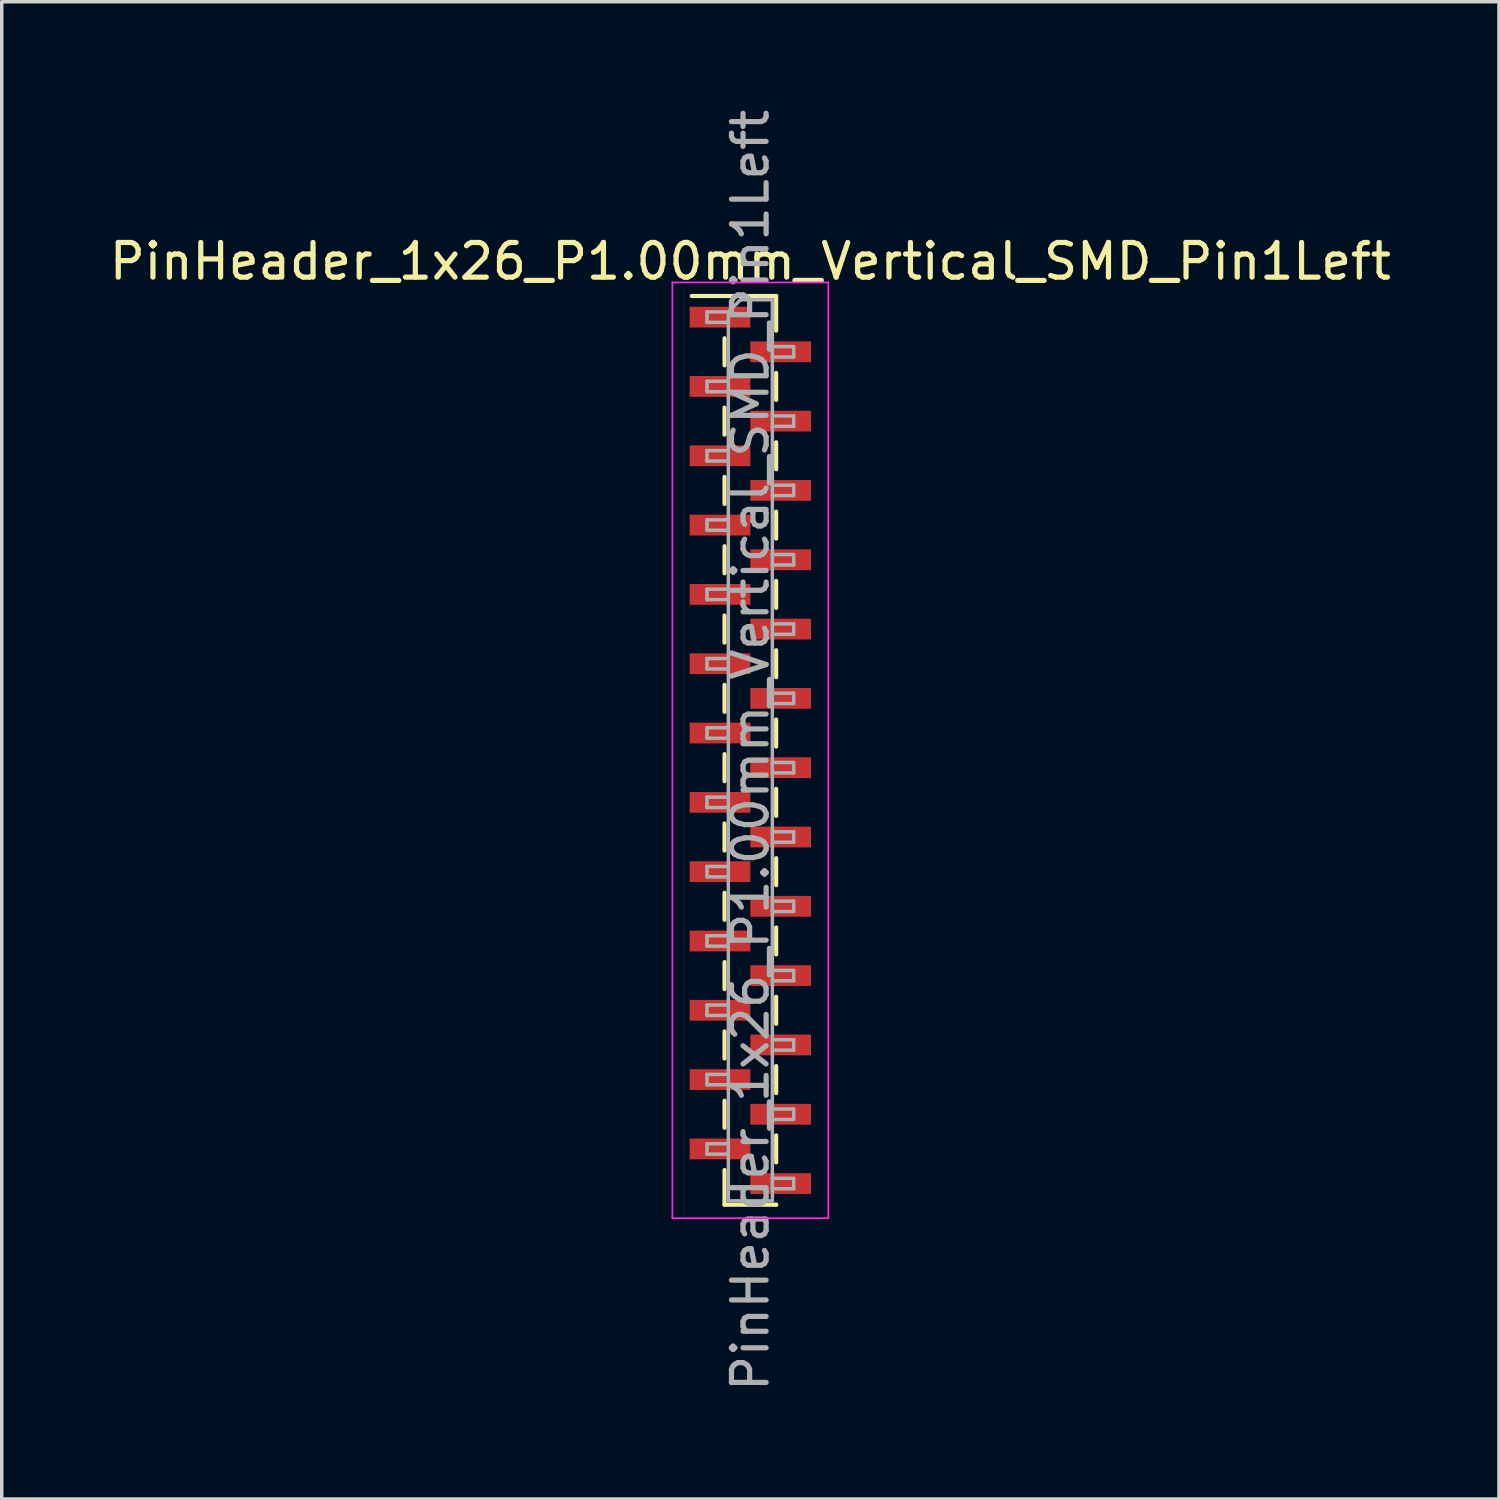
<source format=kicad_pcb>
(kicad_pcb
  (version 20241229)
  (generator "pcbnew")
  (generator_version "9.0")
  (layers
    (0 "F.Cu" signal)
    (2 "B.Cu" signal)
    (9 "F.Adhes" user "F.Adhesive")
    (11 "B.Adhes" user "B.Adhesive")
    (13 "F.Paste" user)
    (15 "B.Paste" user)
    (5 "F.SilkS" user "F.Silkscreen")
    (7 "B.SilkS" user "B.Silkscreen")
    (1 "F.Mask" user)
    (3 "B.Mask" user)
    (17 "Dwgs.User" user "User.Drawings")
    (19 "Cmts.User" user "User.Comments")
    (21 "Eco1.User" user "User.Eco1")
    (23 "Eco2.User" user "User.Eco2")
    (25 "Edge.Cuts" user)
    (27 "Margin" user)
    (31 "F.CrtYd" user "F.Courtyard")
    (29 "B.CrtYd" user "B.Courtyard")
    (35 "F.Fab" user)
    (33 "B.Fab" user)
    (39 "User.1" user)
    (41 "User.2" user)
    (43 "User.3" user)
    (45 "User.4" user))
  (footprint "PinHeader_1x26_P1.00mm_Vertical_SMD_Pin1Left"
    (layer "F.Cu")
    (at 18.601 18.601)
    (property "Reference" "PinHeader_1x26_P1.00mm_Vertical_SMD_Pin1Left" (at 0 -14.11 0) (layer "F.SilkS") (effects (font (size 1 1) (thickness 0.15))))
    (attr smd)
    (fp_line (start -0.745 -13.11) (end -1.69 -13.11) (stroke (width 0.12) (type solid)) (layer "F.SilkS"))
    (fp_line (start -0.745 -13.11) (end -0.745 -13.11) (stroke (width 0.12) (type solid)) (layer "F.SilkS"))
    (fp_line (start -0.745 -13.11) (end 0.745 -13.11) (stroke (width 0.12) (type solid)) (layer "F.SilkS"))
    (fp_line (start -0.745 -11.89) (end -0.745 -11.11) (stroke (width 0.12) (type solid)) (layer "F.SilkS"))
    (fp_line (start -0.745 -9.89) (end -0.745 -9.11) (stroke (width 0.12) (type solid)) (layer "F.SilkS"))
    (fp_line (start -0.745 -7.89) (end -0.745 -7.11) (stroke (width 0.12) (type solid)) (layer "F.SilkS"))
    (fp_line (start -0.745 -5.89) (end -0.745 -5.11) (stroke (width 0.12) (type solid)) (layer "F.SilkS"))
    (fp_line (start -0.745 -3.89) (end -0.745 -3.11) (stroke (width 0.12) (type solid)) (layer "F.SilkS"))
    (fp_line (start -0.745 -1.89) (end -0.745 -1.11) (stroke (width 0.12) (type solid)) (layer "F.SilkS"))
    (fp_line (start -0.745 0.11) (end -0.745 0.89) (stroke (width 0.12) (type solid)) (layer "F.SilkS"))
    (fp_line (start -0.745 2.11) (end -0.745 2.89) (stroke (width 0.12) (type solid)) (layer "F.SilkS"))
    (fp_line (start -0.745 4.11) (end -0.745 4.89) (stroke (width 0.12) (type solid)) (layer "F.SilkS"))
    (fp_line (start -0.745 6.11) (end -0.745 6.89) (stroke (width 0.12) (type solid)) (layer "F.SilkS"))
    (fp_line (start -0.745 8.11) (end -0.745 8.89) (stroke (width 0.12) (type solid)) (layer "F.SilkS"))
    (fp_line (start -0.745 10.11) (end -0.745 10.89) (stroke (width 0.12) (type solid)) (layer "F.SilkS"))
    (fp_line (start -0.745 12.11) (end -0.745 13.11) (stroke (width 0.12) (type solid)) (layer "F.SilkS"))
    (fp_line (start -0.745 13.11) (end 0.745 13.11) (stroke (width 0.12) (type solid)) (layer "F.SilkS"))
    (fp_line (start 0.745 -13.11) (end 0.745 -12.11) (stroke (width 0.12) (type solid)) (layer "F.SilkS"))
    (fp_line (start 0.745 -10.89) (end 0.745 -10.11) (stroke (width 0.12) (type solid)) (layer "F.SilkS"))
    (fp_line (start 0.745 -8.89) (end 0.745 -8.11) (stroke (width 0.12) (type solid)) (layer "F.SilkS"))
    (fp_line (start 0.745 -6.89) (end 0.745 -6.11) (stroke (width 0.12) (type solid)) (layer "F.SilkS"))
    (fp_line (start 0.745 -4.89) (end 0.745 -4.11) (stroke (width 0.12) (type solid)) (layer "F.SilkS"))
    (fp_line (start 0.745 -2.89) (end 0.745 -2.11) (stroke (width 0.12) (type solid)) (layer "F.SilkS"))
    (fp_line (start 0.745 -0.89) (end 0.745 -0.11) (stroke (width 0.12) (type solid)) (layer "F.SilkS"))
    (fp_line (start 0.745 1.11) (end 0.745 1.89) (stroke (width 0.12) (type solid)) (layer "F.SilkS"))
    (fp_line (start 0.745 3.11) (end 0.745 3.89) (stroke (width 0.12) (type solid)) (layer "F.SilkS"))
    (fp_line (start 0.745 5.11) (end 0.745 5.89) (stroke (width 0.12) (type solid)) (layer "F.SilkS"))
    (fp_line (start 0.745 7.11) (end 0.745 7.89) (stroke (width 0.12) (type solid)) (layer "F.SilkS"))
    (fp_line (start 0.745 9.11) (end 0.745 9.89) (stroke (width 0.12) (type solid)) (layer "F.SilkS"))
    (fp_line (start 0.745 11.11) (end 0.745 11.89) (stroke (width 0.12) (type solid)) (layer "F.SilkS"))
    (fp_line (start 0.745 13.11) (end 0.745 13.11) (stroke (width 0.12) (type solid)) (layer "F.SilkS"))
    (fp_line (start -2.25 -13.5) (end -2.25 13.5) (stroke (width 0.05) (type solid)) (layer "F.CrtYd"))
    (fp_line (start -2.25 13.5) (end 2.25 13.5) (stroke (width 0.05) (type solid)) (layer "F.CrtYd"))
    (fp_line (start 2.25 -13.5) (end -2.25 -13.5) (stroke (width 0.05) (type solid)) (layer "F.CrtYd"))
    (fp_line (start 2.25 13.5) (end 2.25 -13.5) (stroke (width 0.05) (type solid)) (layer "F.CrtYd"))
    (fp_line (start -1.25 -12.65) (end -1.25 -12.35) (stroke (width 0.1) (type solid)) (layer "F.Fab"))
    (fp_line (start -1.25 -12.35) (end -0.635 -12.35) (stroke (width 0.1) (type solid)) (layer "F.Fab"))
    (fp_line (start -1.25 -10.65) (end -1.25 -10.35) (stroke (width 0.1) (type solid)) (layer "F.Fab"))
    (fp_line (start -1.25 -10.35) (end -0.635 -10.35) (stroke (width 0.1) (type solid)) (layer "F.Fab"))
    (fp_line (start -1.25 -8.65) (end -1.25 -8.35) (stroke (width 0.1) (type solid)) (layer "F.Fab"))
    (fp_line (start -1.25 -8.35) (end -0.635 -8.35) (stroke (width 0.1) (type solid)) (layer "F.Fab"))
    (fp_line (start -1.25 -6.65) (end -1.25 -6.35) (stroke (width 0.1) (type solid)) (layer "F.Fab"))
    (fp_line (start -1.25 -6.35) (end -0.635 -6.35) (stroke (width 0.1) (type solid)) (layer "F.Fab"))
    (fp_line (start -1.25 -4.65) (end -1.25 -4.35) (stroke (width 0.1) (type solid)) (layer "F.Fab"))
    (fp_line (start -1.25 -4.35) (end -0.635 -4.35) (stroke (width 0.1) (type solid)) (layer "F.Fab"))
    (fp_line (start -1.25 -2.65) (end -1.25 -2.35) (stroke (width 0.1) (type solid)) (layer "F.Fab"))
    (fp_line (start -1.25 -2.35) (end -0.635 -2.35) (stroke (width 0.1) (type solid)) (layer "F.Fab"))
    (fp_line (start -1.25 -0.65) (end -1.25 -0.35) (stroke (width 0.1) (type solid)) (layer "F.Fab"))
    (fp_line (start -1.25 -0.35) (end -0.635 -0.35) (stroke (width 0.1) (type solid)) (layer "F.Fab"))
    (fp_line (start -1.25 1.35) (end -1.25 1.65) (stroke (width 0.1) (type solid)) (layer "F.Fab"))
    (fp_line (start -1.25 1.65) (end -0.635 1.65) (stroke (width 0.1) (type solid)) (layer "F.Fab"))
    (fp_line (start -1.25 3.35) (end -1.25 3.65) (stroke (width 0.1) (type solid)) (layer "F.Fab"))
    (fp_line (start -1.25 3.65) (end -0.635 3.65) (stroke (width 0.1) (type solid)) (layer "F.Fab"))
    (fp_line (start -1.25 5.35) (end -1.25 5.65) (stroke (width 0.1) (type solid)) (layer "F.Fab"))
    (fp_line (start -1.25 5.65) (end -0.635 5.65) (stroke (width 0.1) (type solid)) (layer "F.Fab"))
    (fp_line (start -1.25 7.35) (end -1.25 7.65) (stroke (width 0.1) (type solid)) (layer "F.Fab"))
    (fp_line (start -1.25 7.65) (end -0.635 7.65) (stroke (width 0.1) (type solid)) (layer "F.Fab"))
    (fp_line (start -1.25 9.35) (end -1.25 9.65) (stroke (width 0.1) (type solid)) (layer "F.Fab"))
    (fp_line (start -1.25 9.65) (end -0.635 9.65) (stroke (width 0.1) (type solid)) (layer "F.Fab"))
    (fp_line (start -1.25 11.35) (end -1.25 11.65) (stroke (width 0.1) (type solid)) (layer "F.Fab"))
    (fp_line (start -1.25 11.65) (end -0.635 11.65) (stroke (width 0.1) (type solid)) (layer "F.Fab"))
    (fp_line (start -0.635 -12.65) (end -1.25 -12.65) (stroke (width 0.1) (type solid)) (layer "F.Fab"))
    (fp_line (start -0.635 -12.65) (end -0.285 -13) (stroke (width 0.1) (type solid)) (layer "F.Fab"))
    (fp_line (start -0.635 -10.65) (end -1.25 -10.65) (stroke (width 0.1) (type solid)) (layer "F.Fab"))
    (fp_line (start -0.635 -8.65) (end -1.25 -8.65) (stroke (width 0.1) (type solid)) (layer "F.Fab"))
    (fp_line (start -0.635 -6.65) (end -1.25 -6.65) (stroke (width 0.1) (type solid)) (layer "F.Fab"))
    (fp_line (start -0.635 -4.65) (end -1.25 -4.65) (stroke (width 0.1) (type solid)) (layer "F.Fab"))
    (fp_line (start -0.635 -2.65) (end -1.25 -2.65) (stroke (width 0.1) (type solid)) (layer "F.Fab"))
    (fp_line (start -0.635 -0.65) (end -1.25 -0.65) (stroke (width 0.1) (type solid)) (layer "F.Fab"))
    (fp_line (start -0.635 1.35) (end -1.25 1.35) (stroke (width 0.1) (type solid)) (layer "F.Fab"))
    (fp_line (start -0.635 3.35) (end -1.25 3.35) (stroke (width 0.1) (type solid)) (layer "F.Fab"))
    (fp_line (start -0.635 5.35) (end -1.25 5.35) (stroke (width 0.1) (type solid)) (layer "F.Fab"))
    (fp_line (start -0.635 7.35) (end -1.25 7.35) (stroke (width 0.1) (type solid)) (layer "F.Fab"))
    (fp_line (start -0.635 9.35) (end -1.25 9.35) (stroke (width 0.1) (type solid)) (layer "F.Fab"))
    (fp_line (start -0.635 11.35) (end -1.25 11.35) (stroke (width 0.1) (type solid)) (layer "F.Fab"))
    (fp_line (start -0.635 13) (end -0.635 -12.65) (stroke (width 0.1) (type solid)) (layer "F.Fab"))
    (fp_line (start -0.285 -13) (end 0.635 -13) (stroke (width 0.1) (type solid)) (layer "F.Fab"))
    (fp_line (start 0.635 -13) (end 0.635 13) (stroke (width 0.1) (type solid)) (layer "F.Fab"))
    (fp_line (start 0.635 -11.65) (end 1.25 -11.65) (stroke (width 0.1) (type solid)) (layer "F.Fab"))
    (fp_line (start 0.635 -9.65) (end 1.25 -9.65) (stroke (width 0.1) (type solid)) (layer "F.Fab"))
    (fp_line (start 0.635 -7.65) (end 1.25 -7.65) (stroke (width 0.1) (type solid)) (layer "F.Fab"))
    (fp_line (start 0.635 -5.65) (end 1.25 -5.65) (stroke (width 0.1) (type solid)) (layer "F.Fab"))
    (fp_line (start 0.635 -3.65) (end 1.25 -3.65) (stroke (width 0.1) (type solid)) (layer "F.Fab"))
    (fp_line (start 0.635 -1.65) (end 1.25 -1.65) (stroke (width 0.1) (type solid)) (layer "F.Fab"))
    (fp_line (start 0.635 0.35) (end 1.25 0.35) (stroke (width 0.1) (type solid)) (layer "F.Fab"))
    (fp_line (start 0.635 2.35) (end 1.25 2.35) (stroke (width 0.1) (type solid)) (layer "F.Fab"))
    (fp_line (start 0.635 4.35) (end 1.25 4.35) (stroke (width 0.1) (type solid)) (layer "F.Fab"))
    (fp_line (start 0.635 6.35) (end 1.25 6.35) (stroke (width 0.1) (type solid)) (layer "F.Fab"))
    (fp_line (start 0.635 8.35) (end 1.25 8.35) (stroke (width 0.1) (type solid)) (layer "F.Fab"))
    (fp_line (start 0.635 10.35) (end 1.25 10.35) (stroke (width 0.1) (type solid)) (layer "F.Fab"))
    (fp_line (start 0.635 12.35) (end 1.25 12.35) (stroke (width 0.1) (type solid)) (layer "F.Fab"))
    (fp_line (start 0.635 13) (end -0.635 13) (stroke (width 0.1) (type solid)) (layer "F.Fab"))
    (fp_line (start 1.25 -11.65) (end 1.25 -11.35) (stroke (width 0.1) (type solid)) (layer "F.Fab"))
    (fp_line (start 1.25 -11.35) (end 0.635 -11.35) (stroke (width 0.1) (type solid)) (layer "F.Fab"))
    (fp_line (start 1.25 -9.65) (end 1.25 -9.35) (stroke (width 0.1) (type solid)) (layer "F.Fab"))
    (fp_line (start 1.25 -9.35) (end 0.635 -9.35) (stroke (width 0.1) (type solid)) (layer "F.Fab"))
    (fp_line (start 1.25 -7.65) (end 1.25 -7.35) (stroke (width 0.1) (type solid)) (layer "F.Fab"))
    (fp_line (start 1.25 -7.35) (end 0.635 -7.35) (stroke (width 0.1) (type solid)) (layer "F.Fab"))
    (fp_line (start 1.25 -5.65) (end 1.25 -5.35) (stroke (width 0.1) (type solid)) (layer "F.Fab"))
    (fp_line (start 1.25 -5.35) (end 0.635 -5.35) (stroke (width 0.1) (type solid)) (layer "F.Fab"))
    (fp_line (start 1.25 -3.65) (end 1.25 -3.35) (stroke (width 0.1) (type solid)) (layer "F.Fab"))
    (fp_line (start 1.25 -3.35) (end 0.635 -3.35) (stroke (width 0.1) (type solid)) (layer "F.Fab"))
    (fp_line (start 1.25 -1.65) (end 1.25 -1.35) (stroke (width 0.1) (type solid)) (layer "F.Fab"))
    (fp_line (start 1.25 -1.35) (end 0.635 -1.35) (stroke (width 0.1) (type solid)) (layer "F.Fab"))
    (fp_line (start 1.25 0.35) (end 1.25 0.65) (stroke (width 0.1) (type solid)) (layer "F.Fab"))
    (fp_line (start 1.25 0.65) (end 0.635 0.65) (stroke (width 0.1) (type solid)) (layer "F.Fab"))
    (fp_line (start 1.25 2.35) (end 1.25 2.65) (stroke (width 0.1) (type solid)) (layer "F.Fab"))
    (fp_line (start 1.25 2.65) (end 0.635 2.65) (stroke (width 0.1) (type solid)) (layer "F.Fab"))
    (fp_line (start 1.25 4.35) (end 1.25 4.65) (stroke (width 0.1) (type solid)) (layer "F.Fab"))
    (fp_line (start 1.25 4.65) (end 0.635 4.65) (stroke (width 0.1) (type solid)) (layer "F.Fab"))
    (fp_line (start 1.25 6.35) (end 1.25 6.65) (stroke (width 0.1) (type solid)) (layer "F.Fab"))
    (fp_line (start 1.25 6.65) (end 0.635 6.65) (stroke (width 0.1) (type solid)) (layer "F.Fab"))
    (fp_line (start 1.25 8.35) (end 1.25 8.65) (stroke (width 0.1) (type solid)) (layer "F.Fab"))
    (fp_line (start 1.25 8.65) (end 0.635 8.65) (stroke (width 0.1) (type solid)) (layer "F.Fab"))
    (fp_line (start 1.25 10.35) (end 1.25 10.65) (stroke (width 0.1) (type solid)) (layer "F.Fab"))
    (fp_line (start 1.25 10.65) (end 0.635 10.65) (stroke (width 0.1) (type solid)) (layer "F.Fab"))
    (fp_line (start 1.25 12.35) (end 1.25 12.65) (stroke (width 0.1) (type solid)) (layer "F.Fab"))
    (fp_line (start 1.25 12.65) (end 0.635 12.65) (stroke (width 0.1) (type solid)) (layer "F.Fab"))
    (fp_text user "${REFERENCE}" (at 0 0 90) (layer "F.Fab") (effects (font (size 1 1) (thickness 0.15))))
    (pad "1" smd rect (at -0.875 -12.5) (size 1.75 0.6) (layers "F.Cu" "F.Mask" "F.Paste"))
    (pad "2" smd rect (at 0.875 -11.5) (size 1.75 0.6) (layers "F.Cu" "F.Mask" "F.Paste"))
    (pad "3" smd rect (at -0.875 -10.5) (size 1.75 0.6) (layers "F.Cu" "F.Mask" "F.Paste"))
    (pad "4" smd rect (at 0.875 -9.5) (size 1.75 0.6) (layers "F.Cu" "F.Mask" "F.Paste"))
    (pad "5" smd rect (at -0.875 -8.5) (size 1.75 0.6) (layers "F.Cu" "F.Mask" "F.Paste"))
    (pad "6" smd rect (at 0.875 -7.5) (size 1.75 0.6) (layers "F.Cu" "F.Mask" "F.Paste"))
    (pad "7" smd rect (at -0.875 -6.5) (size 1.75 0.6) (layers "F.Cu" "F.Mask" "F.Paste"))
    (pad "8" smd rect (at 0.875 -5.5) (size 1.75 0.6) (layers "F.Cu" "F.Mask" "F.Paste"))
    (pad "9" smd rect (at -0.875 -4.5) (size 1.75 0.6) (layers "F.Cu" "F.Mask" "F.Paste"))
    (pad "10" smd rect (at 0.875 -3.5) (size 1.75 0.6) (layers "F.Cu" "F.Mask" "F.Paste"))
    (pad "11" smd rect (at -0.875 -2.5) (size 1.75 0.6) (layers "F.Cu" "F.Mask" "F.Paste"))
    (pad "12" smd rect (at 0.875 -1.5) (size 1.75 0.6) (layers "F.Cu" "F.Mask" "F.Paste"))
    (pad "13" smd rect (at -0.875 -0.5) (size 1.75 0.6) (layers "F.Cu" "F.Mask" "F.Paste"))
    (pad "14" smd rect (at 0.875 0.5) (size 1.75 0.6) (layers "F.Cu" "F.Mask" "F.Paste"))
    (pad "15" smd rect (at -0.875 1.5) (size 1.75 0.6) (layers "F.Cu" "F.Mask" "F.Paste"))
    (pad "16" smd rect (at 0.875 2.5) (size 1.75 0.6) (layers "F.Cu" "F.Mask" "F.Paste"))
    (pad "17" smd rect (at -0.875 3.5) (size 1.75 0.6) (layers "F.Cu" "F.Mask" "F.Paste"))
    (pad "18" smd rect (at 0.875 4.5) (size 1.75 0.6) (layers "F.Cu" "F.Mask" "F.Paste"))
    (pad "19" smd rect (at -0.875 5.5) (size 1.75 0.6) (layers "F.Cu" "F.Mask" "F.Paste"))
    (pad "20" smd rect (at 0.875 6.5) (size 1.75 0.6) (layers "F.Cu" "F.Mask" "F.Paste"))
    (pad "21" smd rect (at -0.875 7.5) (size 1.75 0.6) (layers "F.Cu" "F.Mask" "F.Paste"))
    (pad "22" smd rect (at 0.875 8.5) (size 1.75 0.6) (layers "F.Cu" "F.Mask" "F.Paste"))
    (pad "23" smd rect (at -0.875 9.5) (size 1.75 0.6) (layers "F.Cu" "F.Mask" "F.Paste"))
    (pad "24" smd rect (at 0.875 10.5) (size 1.75 0.6) (layers "F.Cu" "F.Mask" "F.Paste"))
    (pad "25" smd rect (at -0.875 11.5) (size 1.75 0.6) (layers "F.Cu" "F.Mask" "F.Paste"))
    (pad "26" smd rect (at 0.875 12.5) (size 1.75 0.6) (layers "F.Cu" "F.Mask" "F.Paste")))
  (gr_rect
    (start -3 -3)
    (end 40.202 40.202)
    (stroke (width 0.1) (type default))
    (fill no)
    (layer "Edge.Cuts")))
</source>
